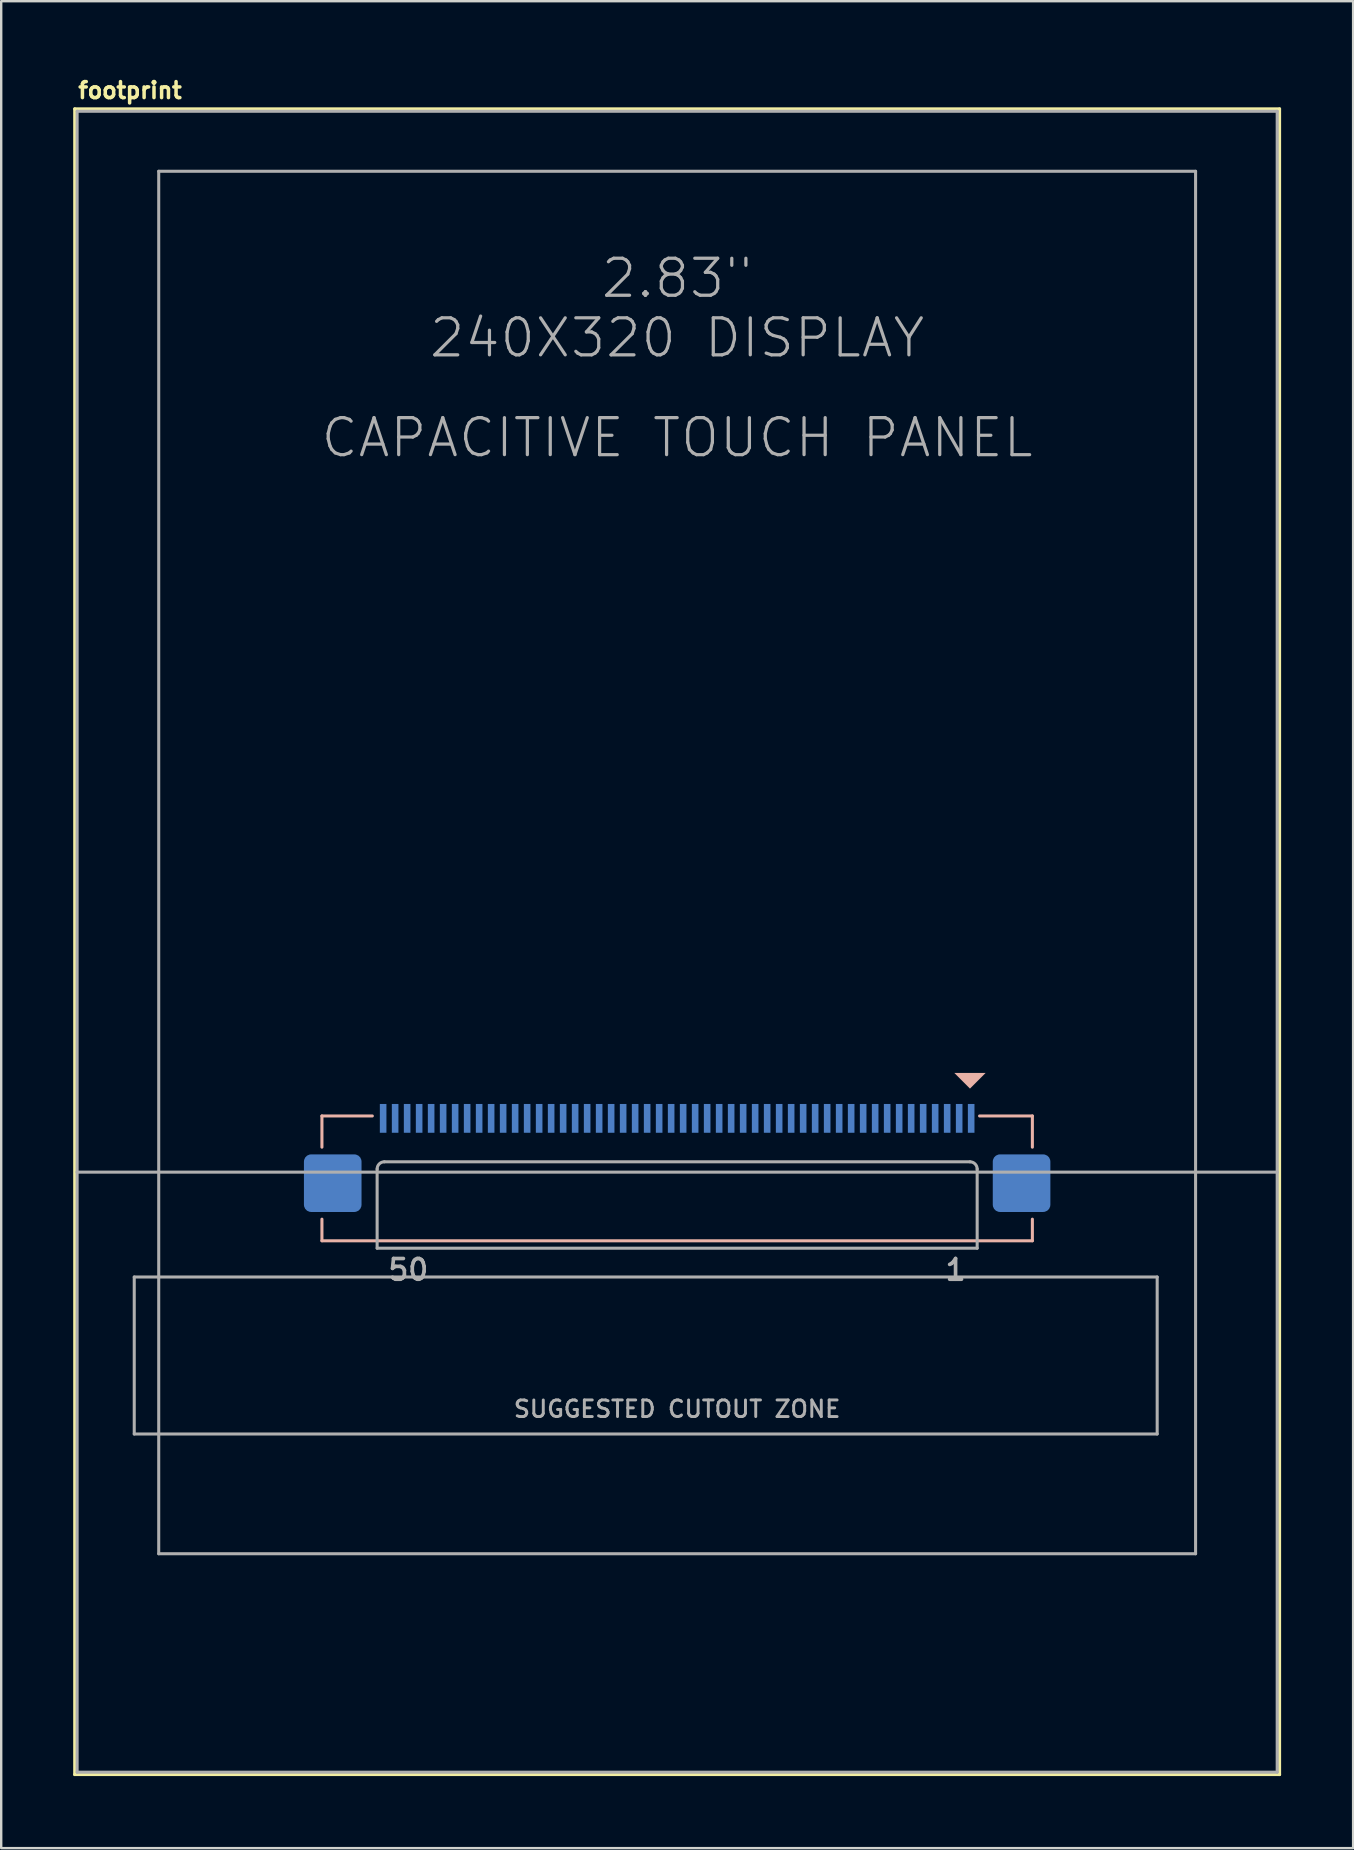
<source format=kicad_pcb>
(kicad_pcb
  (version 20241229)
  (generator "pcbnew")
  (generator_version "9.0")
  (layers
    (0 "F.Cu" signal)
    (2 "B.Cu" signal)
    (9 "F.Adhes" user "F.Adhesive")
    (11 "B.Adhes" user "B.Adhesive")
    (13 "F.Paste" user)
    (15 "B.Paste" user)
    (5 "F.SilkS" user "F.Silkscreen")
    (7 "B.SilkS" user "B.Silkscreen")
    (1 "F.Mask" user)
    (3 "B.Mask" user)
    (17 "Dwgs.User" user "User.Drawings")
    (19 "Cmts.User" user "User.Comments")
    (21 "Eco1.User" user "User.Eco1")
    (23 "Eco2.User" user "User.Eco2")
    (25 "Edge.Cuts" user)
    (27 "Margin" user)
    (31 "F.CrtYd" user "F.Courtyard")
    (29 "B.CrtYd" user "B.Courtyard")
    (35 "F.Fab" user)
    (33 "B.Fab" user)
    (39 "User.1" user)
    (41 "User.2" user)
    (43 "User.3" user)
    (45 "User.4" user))
  (footprint "footprint"
    (layer "F.Cu")
    (at 25.163 36.186)
    (property "Reference" "footprint" (at -25.033 -35.081 0) (layer "F.SilkS") (effects (font (size 0.666 0.666) (thickness 0.146)) (justify left bottom)))
    (fp_line (start -25.1 -34.7) (end 25.1 -34.7) (stroke (width 0.127) (type solid)) (layer "F.SilkS"))
    (fp_line (start -25.1 34.7) (end -25.1 -34.7) (stroke (width 0.127) (type solid)) (layer "F.SilkS"))
    (fp_line (start 25.1 -34.7) (end 25.1 34.7) (stroke (width 0.127) (type solid)) (layer "F.SilkS"))
    (fp_line (start 25.1 34.7) (end -25.1 34.7) (stroke (width 0.127) (type solid)) (layer "F.SilkS"))
    (fp_line (start -14.8 7.26) (end -14.8 8.56) (stroke (width 0.127) (type solid)) (layer "B.SilkS"))
    (fp_line (start -14.8 12.46) (end -14.8 11.56) (stroke (width 0.127) (type solid)) (layer "B.SilkS"))
    (fp_line (start -12.7 7.26) (end -14.8 7.26) (stroke (width 0.127) (type solid)) (layer "B.SilkS"))
    (fp_line (start 12.6 7.26) (end 14.8 7.26) (stroke (width 0.127) (type solid)) (layer "B.SilkS"))
    (fp_line (start 14.8 7.26) (end 14.8 8.56) (stroke (width 0.127) (type solid)) (layer "B.SilkS"))
    (fp_line (start 14.8 11.56) (end 14.8 12.46) (stroke (width 0.127) (type solid)) (layer "B.SilkS"))
    (fp_line (start 14.8 12.46) (end -14.8 12.46) (stroke (width 0.127) (type solid)) (layer "B.SilkS"))
    (fp_poly (pts (xy 12.2 6.12) (xy 11.547 5.466) (xy 12.853 5.466)) (stroke (width 0) (type solid)) (fill yes) (layer "B.SilkS"))
    (fp_line (start -25 -34.6) (end 25 -34.6) (stroke (width 0.127) (type solid)) (layer "F.Fab"))
    (fp_line (start -25 9.6) (end -25 -34.6) (stroke (width 0.127) (type solid)) (layer "F.Fab"))
    (fp_line (start -25 9.6) (end 25 9.6) (stroke (width 0.127) (type solid)) (layer "F.Fab"))
    (fp_line (start -25 34.6) (end -25 9.6) (stroke (width 0.127) (type solid)) (layer "F.Fab"))
    (fp_line (start -22.62 13.97) (end 20 13.97) (stroke (width 0.127) (type solid)) (layer "F.Fab"))
    (fp_line (start -22.62 20.51) (end -22.62 13.97) (stroke (width 0.127) (type solid)) (layer "F.Fab"))
    (fp_line (start -21.6 -32.1) (end 21.6 -32.1) (stroke (width 0.127) (type solid)) (layer "F.Fab"))
    (fp_line (start -21.6 25.5) (end -21.6 -32.1) (stroke (width 0.127) (type solid)) (layer "F.Fab"))
    (fp_line (start -12.5 12.77) (end -12.5 9.47) (stroke (width 0.127) (type solid)) (layer "F.Fab"))
    (fp_line (start -12.5 12.77) (end 12.5 12.77) (stroke (width 0.127) (type solid)) (layer "F.Fab"))
    (fp_line (start -12.2 9.17) (end 12.2 9.17) (stroke (width 0.127) (type solid)) (layer "F.Fab"))
    (fp_line (start 12.5 9.47) (end 12.5 12.77) (stroke (width 0.127) (type solid)) (layer "F.Fab"))
    (fp_line (start 20 13.97) (end 20 20.51) (stroke (width 0.127) (type solid)) (layer "F.Fab"))
    (fp_line (start 20 20.51) (end -22.62 20.51) (stroke (width 0.127) (type solid)) (layer "F.Fab"))
    (fp_line (start 21.6 -32.1) (end 21.6 25.5) (stroke (width 0.127) (type solid)) (layer "F.Fab"))
    (fp_line (start 21.6 25.5) (end -21.6 25.5) (stroke (width 0.127) (type solid)) (layer "F.Fab"))
    (fp_line (start 25 -34.6) (end 25 9.6) (stroke (width 0.127) (type solid)) (layer "F.Fab"))
    (fp_line (start 25 9.6) (end 25 34.6) (stroke (width 0.127) (type solid)) (layer "F.Fab"))
    (fp_line (start 25 34.6) (end -25 34.6) (stroke (width 0.127) (type solid)) (layer "F.Fab"))
    (fp_arc (start -12.5 9.47) (mid -12.412132 9.257868) (end -12.2 9.17) (stroke (width 0.127) (type solid)) (layer "F.Fab"))
    (fp_arc (start 12.2 9.17) (mid 12.412132 9.257868) (end 12.5 9.47) (stroke (width 0.127) (type solid)) (layer "F.Fab"))
    (fp_text user "50" (at -11.2 13.67 0) (layer "F.Fab") (effects (font (size 0.864 0.864) (thickness 0.152))))
    (fp_text user "SUGGESTED CUTOUT ZONE" (at 0 19.47 0) (layer "F.Fab") (effects (font (size 0.691 0.691) (thickness 0.122))))
    (fp_text user "1" (at 11.6 13.67 0) (layer "F.Fab") (effects (font (size 0.864 0.864) (thickness 0.152))))
    (fp_text user "CAPACITIVE TOUCH PANEL" (at 0 -21 0) (layer "F.Fab") (effects (font (size 1.542 1.542) (thickness 0.134))))
    (fp_text user "2.83\"\n240X320 DISPLAY" (at 0 -26.4 0) (layer "F.Fab") (effects (font (size 1.542 1.542) (thickness 0.134))))
    (pad "1" smd rect (at 12.25 7.36 180) (size 0.275 1.2) (layers "B.Cu" "B.Paste"))
    (pad "2" smd rect (at 11.75 7.36 180) (size 0.275 1.2) (layers "B.Cu" "B.Paste"))
    (pad "3" smd rect (at 11.25 7.36 180) (size 0.275 1.2) (layers "B.Cu" "B.Paste"))
    (pad "4" smd rect (at 10.75 7.36 180) (size 0.275 1.2) (layers "B.Cu" "B.Paste"))
    (pad "5" smd rect (at 10.25 7.36 180) (size 0.275 1.2) (layers "B.Cu" "B.Paste"))
    (pad "6" smd rect (at 9.75 7.36 180) (size 0.275 1.2) (layers "B.Cu" "B.Paste"))
    (pad "7" smd rect (at 9.25 7.36 180) (size 0.275 1.2) (layers "B.Cu" "B.Paste"))
    (pad "8" smd rect (at 8.75 7.36 180) (size 0.275 1.2) (layers "B.Cu" "B.Paste"))
    (pad "9" smd rect (at 8.25 7.36 180) (size 0.275 1.2) (layers "B.Cu" "B.Paste"))
    (pad "10" smd rect (at 7.75 7.36 180) (size 0.275 1.2) (layers "B.Cu" "B.Paste"))
    (pad "11" smd rect (at 7.25 7.36 180) (size 0.275 1.2) (layers "B.Cu" "B.Paste"))
    (pad "12" smd rect (at 6.75 7.36 180) (size 0.275 1.2) (layers "B.Cu" "B.Paste"))
    (pad "13" smd rect (at 6.25 7.36 180) (size 0.275 1.2) (layers "B.Cu" "B.Paste"))
    (pad "14" smd rect (at 5.75 7.36 180) (size 0.275 1.2) (layers "B.Cu" "B.Paste"))
    (pad "15" smd rect (at 5.25 7.36 180) (size 0.275 1.2) (layers "B.Cu" "B.Paste"))
    (pad "16" smd rect (at 4.75 7.36 180) (size 0.275 1.2) (layers "B.Cu" "B.Paste"))
    (pad "17" smd rect (at 4.25 7.36 180) (size 0.275 1.2) (layers "B.Cu" "B.Paste"))
    (pad "18" smd rect (at 3.75 7.36 180) (size 0.275 1.2) (layers "B.Cu" "B.Paste"))
    (pad "19" smd rect (at 3.25 7.36 180) (size 0.275 1.2) (layers "B.Cu" "B.Paste"))
    (pad "20" smd rect (at 2.75 7.36 180) (size 0.275 1.2) (layers "B.Cu" "B.Paste"))
    (pad "21" smd rect (at 2.25 7.36 180) (size 0.275 1.2) (layers "B.Cu" "B.Paste"))
    (pad "22" smd rect (at 1.75 7.36 180) (size 0.275 1.2) (layers "B.Cu" "B.Paste"))
    (pad "23" smd rect (at 1.25 7.36 180) (size 0.275 1.2) (layers "B.Cu" "B.Paste"))
    (pad "24" smd rect (at 0.75 7.36 180) (size 0.275 1.2) (layers "B.Cu" "B.Paste"))
    (pad "25" smd rect (at 0.25 7.36 180) (size 0.275 1.2) (layers "B.Cu" "B.Paste"))
    (pad "26" smd rect (at -0.25 7.36 180) (size 0.275 1.2) (layers "B.Cu" "B.Paste"))
    (pad "27" smd rect (at -0.75 7.36 180) (size 0.275 1.2) (layers "B.Cu" "B.Paste"))
    (pad "28" smd rect (at -1.25 7.36 180) (size 0.275 1.2) (layers "B.Cu" "B.Paste"))
    (pad "29" smd rect (at -1.75 7.36 180) (size 0.275 1.2) (layers "B.Cu" "B.Paste"))
    (pad "30" smd rect (at -2.25 7.36 180) (size 0.275 1.2) (layers "B.Cu" "B.Paste"))
    (pad "31" smd rect (at -2.75 7.36 180) (size 0.275 1.2) (layers "B.Cu" "B.Paste"))
    (pad "32" smd rect (at -3.25 7.36 180) (size 0.275 1.2) (layers "B.Cu" "B.Paste"))
    (pad "33" smd rect (at -3.75 7.36 180) (size 0.275 1.2) (layers "B.Cu" "B.Paste"))
    (pad "34" smd rect (at -4.25 7.36 180) (size 0.275 1.2) (layers "B.Cu" "B.Paste"))
    (pad "35" smd rect (at -4.75 7.36 180) (size 0.275 1.2) (layers "B.Cu" "B.Paste"))
    (pad "36" smd rect (at -5.25 7.36 180) (size 0.275 1.2) (layers "B.Cu" "B.Paste"))
    (pad "37" smd rect (at -5.75 7.36 180) (size 0.275 1.2) (layers "B.Cu" "B.Paste"))
    (pad "38" smd rect (at -6.25 7.36 180) (size 0.275 1.2) (layers "B.Cu" "B.Paste"))
    (pad "39" smd rect (at -6.75 7.36 180) (size 0.275 1.2) (layers "B.Cu" "B.Paste"))
    (pad "40" smd rect (at -7.25 7.36 180) (size 0.275 1.2) (layers "B.Cu" "B.Paste"))
    (pad "41" smd rect (at -7.75 7.36 180) (size 0.275 1.2) (layers "B.Cu" "B.Paste"))
    (pad "42" smd rect (at -8.25 7.36 180) (size 0.275 1.2) (layers "B.Cu" "B.Paste"))
    (pad "43" smd rect (at -8.75 7.36 180) (size 0.275 1.2) (layers "B.Cu" "B.Paste"))
    (pad "44" smd rect (at -9.25 7.36 180) (size 0.275 1.2) (layers "B.Cu" "B.Paste"))
    (pad "45" smd rect (at -9.75 7.36 180) (size 0.275 1.2) (layers "B.Cu" "B.Paste"))
    (pad "46" smd rect (at -10.25 7.36 180) (size 0.275 1.2) (layers "B.Cu" "B.Paste"))
    (pad "47" smd rect (at -10.75 7.36 180) (size 0.275 1.2) (layers "B.Cu" "B.Paste"))
    (pad "48" smd rect (at -11.25 7.36 180) (size 0.275 1.2) (layers "B.Cu" "B.Paste"))
    (pad "49" smd rect (at -11.75 7.36 180) (size 0.275 1.2) (layers "B.Cu" "B.Paste"))
    (pad "50" smd rect (at -12.25 7.36 180) (size 0.275 1.2) (layers "B.Cu" "B.Paste"))
    (pad "PAD1" smd roundrect (at 14.35 10.06 180) (size 2.4 2.4) (layers "B.Cu" "B.Mask" "B.Paste") (roundrect_rratio 0.125))
    (pad "PAD2" smd roundrect (at -14.35 10.06 180) (size 2.4 2.4) (layers "B.Cu" "B.Mask" "B.Paste") (roundrect_rratio 0.125)))
  (gr_rect
    (start -3 -3)
    (end 53.327 73.95)
    (stroke (width 0.1) (type default))
    (fill no)
    (layer "Edge.Cuts")))
</source>
